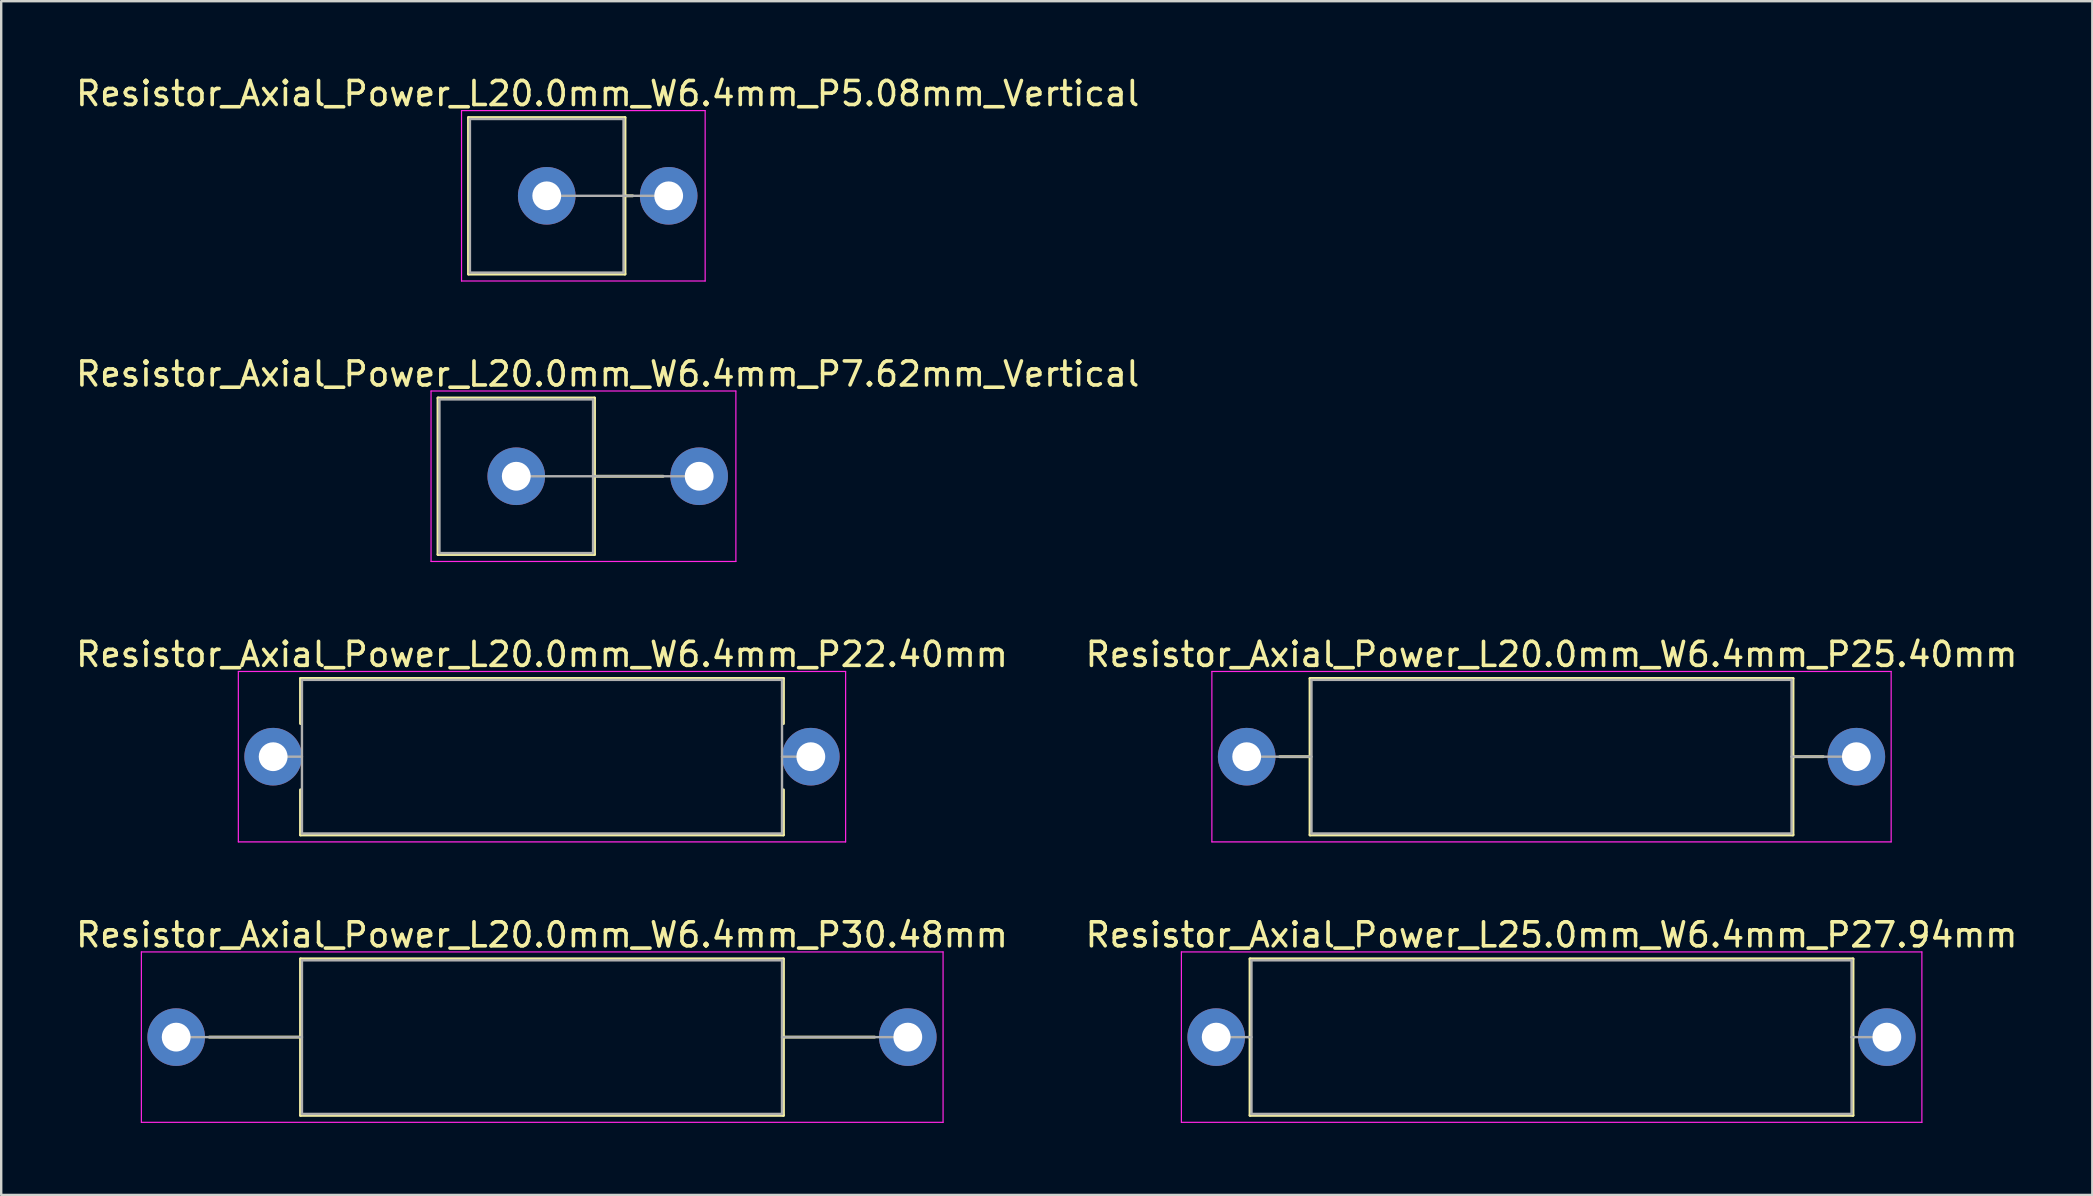
<source format=kicad_pcb>
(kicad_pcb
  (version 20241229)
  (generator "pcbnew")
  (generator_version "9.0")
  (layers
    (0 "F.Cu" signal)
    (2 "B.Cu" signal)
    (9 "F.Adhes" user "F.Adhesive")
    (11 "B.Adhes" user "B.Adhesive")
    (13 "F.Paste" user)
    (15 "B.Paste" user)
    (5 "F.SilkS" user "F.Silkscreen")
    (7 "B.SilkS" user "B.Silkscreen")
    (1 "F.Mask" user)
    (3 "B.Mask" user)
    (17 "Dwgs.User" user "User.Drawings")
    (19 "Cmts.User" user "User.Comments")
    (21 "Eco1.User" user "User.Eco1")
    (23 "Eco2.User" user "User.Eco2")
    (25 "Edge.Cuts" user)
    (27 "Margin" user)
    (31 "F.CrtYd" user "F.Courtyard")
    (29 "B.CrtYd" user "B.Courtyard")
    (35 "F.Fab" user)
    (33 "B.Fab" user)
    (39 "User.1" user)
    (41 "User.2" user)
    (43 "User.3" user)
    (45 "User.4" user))
  (footprint "Resistor_Axial_Power_L20.0mm_W6.4mm_P7.62mm_Vertical"
    (layer "F.Cu")
    (at 18.458 16.791)
    (property "Reference" "Resistor_Axial_Power_L20.0mm_W6.4mm_P7.62mm_Vertical" (at 3.81 -4.26 0) (layer "F.SilkS") (effects (font (size 1 1) (thickness 0.15))))
    (attr through_hole)
    (fp_line (start -3.26 -3.26) (end -3.26 3.26) (stroke (width 0.12) (type solid)) (layer "F.SilkS"))
    (fp_line (start -3.26 3.26) (end 3.26 3.26) (stroke (width 0.12) (type solid)) (layer "F.SilkS"))
    (fp_line (start 3.26 -3.26) (end -3.26 -3.26) (stroke (width 0.12) (type solid)) (layer "F.SilkS"))
    (fp_line (start 3.26 0) (end 6.12 0) (stroke (width 0.12) (type solid)) (layer "F.SilkS"))
    (fp_line (start 3.26 3.26) (end 3.26 -3.26) (stroke (width 0.12) (type solid)) (layer "F.SilkS"))
    (fp_line (start -3.55 -3.55) (end -3.55 3.55) (stroke (width 0.05) (type solid)) (layer "F.CrtYd"))
    (fp_line (start -3.55 3.55) (end 9.15 3.55) (stroke (width 0.05) (type solid)) (layer "F.CrtYd"))
    (fp_line (start 9.15 -3.55) (end -3.55 -3.55) (stroke (width 0.05) (type solid)) (layer "F.CrtYd"))
    (fp_line (start 9.15 3.55) (end 9.15 -3.55) (stroke (width 0.05) (type solid)) (layer "F.CrtYd"))
    (fp_line (start -3.2 -3.2) (end -3.2 3.2) (stroke (width 0.1) (type solid)) (layer "F.Fab"))
    (fp_line (start -3.2 3.2) (end 3.2 3.2) (stroke (width 0.1) (type solid)) (layer "F.Fab"))
    (fp_line (start 0 0) (end 7.62 0) (stroke (width 0.1) (type solid)) (layer "F.Fab"))
    (fp_line (start 3.2 -3.2) (end -3.2 -3.2) (stroke (width 0.1) (type solid)) (layer "F.Fab"))
    (fp_line (start 3.2 3.2) (end 3.2 -3.2) (stroke (width 0.1) (type solid)) (layer "F.Fab"))
    (pad "1" thru_hole circle (at 0 0) (size 2.4 2.4) (drill 1.2) (layers "*.Cu" "*.Mask"))
    (pad "2" thru_hole oval (at 7.62 0) (size 2.4 2.4) (drill 1.2) (layers "*.Cu" "*.Mask")))
  (footprint "Resistor_Axial_Power_L20.0mm_W6.4mm_P30.48mm"
    (layer "F.Cu")
    (at 4.29 40.158)
    (property "Reference" "Resistor_Axial_Power_L20.0mm_W6.4mm_P30.48mm" (at 15.24 -4.26 0) (layer "F.SilkS") (effects (font (size 1 1) (thickness 0.15))))
    (attr through_hole)
    (fp_line (start 1.38 0) (end 5.18 0) (stroke (width 0.12) (type solid)) (layer "F.SilkS"))
    (fp_line (start 5.18 -3.26) (end 5.18 3.26) (stroke (width 0.12) (type solid)) (layer "F.SilkS"))
    (fp_line (start 5.18 3.26) (end 25.3 3.26) (stroke (width 0.12) (type solid)) (layer "F.SilkS"))
    (fp_line (start 25.3 -3.26) (end 5.18 -3.26) (stroke (width 0.12) (type solid)) (layer "F.SilkS"))
    (fp_line (start 25.3 3.26) (end 25.3 -3.26) (stroke (width 0.12) (type solid)) (layer "F.SilkS"))
    (fp_line (start 29.1 0) (end 25.3 0) (stroke (width 0.12) (type solid)) (layer "F.SilkS"))
    (fp_line (start -1.45 -3.55) (end -1.45 3.55) (stroke (width 0.05) (type solid)) (layer "F.CrtYd"))
    (fp_line (start -1.45 3.55) (end 31.95 3.55) (stroke (width 0.05) (type solid)) (layer "F.CrtYd"))
    (fp_line (start 31.95 -3.55) (end -1.45 -3.55) (stroke (width 0.05) (type solid)) (layer "F.CrtYd"))
    (fp_line (start 31.95 3.55) (end 31.95 -3.55) (stroke (width 0.05) (type solid)) (layer "F.CrtYd"))
    (fp_line (start 0 0) (end 5.24 0) (stroke (width 0.1) (type solid)) (layer "F.Fab"))
    (fp_line (start 5.24 -3.2) (end 5.24 3.2) (stroke (width 0.1) (type solid)) (layer "F.Fab"))
    (fp_line (start 5.24 3.2) (end 25.24 3.2) (stroke (width 0.1) (type solid)) (layer "F.Fab"))
    (fp_line (start 25.24 -3.2) (end 5.24 -3.2) (stroke (width 0.1) (type solid)) (layer "F.Fab"))
    (fp_line (start 25.24 3.2) (end 25.24 -3.2) (stroke (width 0.1) (type solid)) (layer "F.Fab"))
    (fp_line (start 30.48 0) (end 25.24 0) (stroke (width 0.1) (type solid)) (layer "F.Fab"))
    (pad "1" thru_hole circle (at 0 0) (size 2.4 2.4) (drill 1.2) (layers "*.Cu" "*.Mask"))
    (pad "2" thru_hole oval (at 30.48 0) (size 2.4 2.4) (drill 1.2) (layers "*.Cu" "*.Mask")))
  (footprint "Resistor_Axial_Power_L25.0mm_W6.4mm_P27.94mm"
    (layer "F.Cu")
    (at 47.619 40.158)
    (property "Reference" "Resistor_Axial_Power_L25.0mm_W6.4mm_P27.94mm" (at 13.97 -4.26 0) (layer "F.SilkS") (effects (font (size 1 1) (thickness 0.15))))
    (attr through_hole)
    (fp_line (start 1.38 0) (end 1.41 0) (stroke (width 0.12) (type solid)) (layer "F.SilkS"))
    (fp_line (start 1.41 -3.26) (end 1.41 3.26) (stroke (width 0.12) (type solid)) (layer "F.SilkS"))
    (fp_line (start 1.41 3.26) (end 26.53 3.26) (stroke (width 0.12) (type solid)) (layer "F.SilkS"))
    (fp_line (start 26.53 -3.26) (end 1.41 -3.26) (stroke (width 0.12) (type solid)) (layer "F.SilkS"))
    (fp_line (start 26.53 3.26) (end 26.53 -3.26) (stroke (width 0.12) (type solid)) (layer "F.SilkS"))
    (fp_line (start 26.56 0) (end 26.53 0) (stroke (width 0.12) (type solid)) (layer "F.SilkS"))
    (fp_line (start -1.45 -3.55) (end -1.45 3.55) (stroke (width 0.05) (type solid)) (layer "F.CrtYd"))
    (fp_line (start -1.45 3.55) (end 29.4 3.55) (stroke (width 0.05) (type solid)) (layer "F.CrtYd"))
    (fp_line (start 29.4 -3.55) (end -1.45 -3.55) (stroke (width 0.05) (type solid)) (layer "F.CrtYd"))
    (fp_line (start 29.4 3.55) (end 29.4 -3.55) (stroke (width 0.05) (type solid)) (layer "F.CrtYd"))
    (fp_line (start 0 0) (end 1.47 0) (stroke (width 0.1) (type solid)) (layer "F.Fab"))
    (fp_line (start 1.47 -3.2) (end 1.47 3.2) (stroke (width 0.1) (type solid)) (layer "F.Fab"))
    (fp_line (start 1.47 3.2) (end 26.47 3.2) (stroke (width 0.1) (type solid)) (layer "F.Fab"))
    (fp_line (start 26.47 -3.2) (end 1.47 -3.2) (stroke (width 0.1) (type solid)) (layer "F.Fab"))
    (fp_line (start 26.47 3.2) (end 26.47 -3.2) (stroke (width 0.1) (type solid)) (layer "F.Fab"))
    (fp_line (start 27.94 0) (end 26.47 0) (stroke (width 0.1) (type solid)) (layer "F.Fab"))
    (pad "1" thru_hole circle (at 0 0) (size 2.4 2.4) (drill 1.2) (layers "*.Cu" "*.Mask"))
    (pad "2" thru_hole oval (at 27.94 0) (size 2.4 2.4) (drill 1.2) (layers "*.Cu" "*.Mask")))
  (footprint "Resistor_Axial_Power_L20.0mm_W6.4mm_P22.40mm"
    (layer "F.Cu")
    (at 8.33 28.475)
    (property "Reference" "Resistor_Axial_Power_L20.0mm_W6.4mm_P22.40mm" (at 11.2 -4.26 0) (layer "F.SilkS") (effects (font (size 1 1) (thickness 0.15))))
    (attr through_hole)
    (fp_line (start 1.14 -3.26) (end 21.26 -3.26) (stroke (width 0.12) (type solid)) (layer "F.SilkS"))
    (fp_line (start 1.14 -1.38) (end 1.14 -3.26) (stroke (width 0.12) (type solid)) (layer "F.SilkS"))
    (fp_line (start 1.14 1.38) (end 1.14 3.26) (stroke (width 0.12) (type solid)) (layer "F.SilkS"))
    (fp_line (start 1.14 3.26) (end 21.26 3.26) (stroke (width 0.12) (type solid)) (layer "F.SilkS"))
    (fp_line (start 21.26 -3.26) (end 21.26 -1.38) (stroke (width 0.12) (type solid)) (layer "F.SilkS"))
    (fp_line (start 21.26 3.26) (end 21.26 1.38) (stroke (width 0.12) (type solid)) (layer "F.SilkS"))
    (fp_line (start -1.45 -3.55) (end -1.45 3.55) (stroke (width 0.05) (type solid)) (layer "F.CrtYd"))
    (fp_line (start -1.45 3.55) (end 23.85 3.55) (stroke (width 0.05) (type solid)) (layer "F.CrtYd"))
    (fp_line (start 23.85 -3.55) (end -1.45 -3.55) (stroke (width 0.05) (type solid)) (layer "F.CrtYd"))
    (fp_line (start 23.85 3.55) (end 23.85 -3.55) (stroke (width 0.05) (type solid)) (layer "F.CrtYd"))
    (fp_line (start 0 0) (end 1.2 0) (stroke (width 0.1) (type solid)) (layer "F.Fab"))
    (fp_line (start 1.2 -3.2) (end 1.2 3.2) (stroke (width 0.1) (type solid)) (layer "F.Fab"))
    (fp_line (start 1.2 3.2) (end 21.2 3.2) (stroke (width 0.1) (type solid)) (layer "F.Fab"))
    (fp_line (start 21.2 -3.2) (end 1.2 -3.2) (stroke (width 0.1) (type solid)) (layer "F.Fab"))
    (fp_line (start 21.2 3.2) (end 21.2 -3.2) (stroke (width 0.1) (type solid)) (layer "F.Fab"))
    (fp_line (start 22.4 0) (end 21.2 0) (stroke (width 0.1) (type solid)) (layer "F.Fab"))
    (pad "1" thru_hole circle (at 0 0) (size 2.4 2.4) (drill 1.2) (layers "*.Cu" "*.Mask"))
    (pad "2" thru_hole oval (at 22.4 0) (size 2.4 2.4) (drill 1.2) (layers "*.Cu" "*.Mask")))
  (footprint "Resistor_Axial_Power_L20.0mm_W6.4mm_P25.40mm"
    (layer "F.Cu")
    (at 48.889 28.475)
    (property "Reference" "Resistor_Axial_Power_L20.0mm_W6.4mm_P25.40mm" (at 12.7 -4.26 0) (layer "F.SilkS") (effects (font (size 1 1) (thickness 0.15))))
    (attr through_hole)
    (fp_line (start 1.38 0) (end 2.64 0) (stroke (width 0.12) (type solid)) (layer "F.SilkS"))
    (fp_line (start 2.64 -3.26) (end 2.64 3.26) (stroke (width 0.12) (type solid)) (layer "F.SilkS"))
    (fp_line (start 2.64 3.26) (end 22.76 3.26) (stroke (width 0.12) (type solid)) (layer "F.SilkS"))
    (fp_line (start 22.76 -3.26) (end 2.64 -3.26) (stroke (width 0.12) (type solid)) (layer "F.SilkS"))
    (fp_line (start 22.76 3.26) (end 22.76 -3.26) (stroke (width 0.12) (type solid)) (layer "F.SilkS"))
    (fp_line (start 24.02 0) (end 22.76 0) (stroke (width 0.12) (type solid)) (layer "F.SilkS"))
    (fp_line (start -1.45 -3.55) (end -1.45 3.55) (stroke (width 0.05) (type solid)) (layer "F.CrtYd"))
    (fp_line (start -1.45 3.55) (end 26.85 3.55) (stroke (width 0.05) (type solid)) (layer "F.CrtYd"))
    (fp_line (start 26.85 -3.55) (end -1.45 -3.55) (stroke (width 0.05) (type solid)) (layer "F.CrtYd"))
    (fp_line (start 26.85 3.55) (end 26.85 -3.55) (stroke (width 0.05) (type solid)) (layer "F.CrtYd"))
    (fp_line (start 0 0) (end 2.7 0) (stroke (width 0.1) (type solid)) (layer "F.Fab"))
    (fp_line (start 2.7 -3.2) (end 2.7 3.2) (stroke (width 0.1) (type solid)) (layer "F.Fab"))
    (fp_line (start 2.7 3.2) (end 22.7 3.2) (stroke (width 0.1) (type solid)) (layer "F.Fab"))
    (fp_line (start 22.7 -3.2) (end 2.7 -3.2) (stroke (width 0.1) (type solid)) (layer "F.Fab"))
    (fp_line (start 22.7 3.2) (end 22.7 -3.2) (stroke (width 0.1) (type solid)) (layer "F.Fab"))
    (fp_line (start 25.4 0) (end 22.7 0) (stroke (width 0.1) (type solid)) (layer "F.Fab"))
    (pad "1" thru_hole circle (at 0 0) (size 2.4 2.4) (drill 1.2) (layers "*.Cu" "*.Mask"))
    (pad "2" thru_hole oval (at 25.4 0) (size 2.4 2.4) (drill 1.2) (layers "*.Cu" "*.Mask")))
  (footprint "Resistor_Axial_Power_L20.0mm_W6.4mm_P5.08mm_Vertical"
    (layer "F.Cu")
    (at 19.728 5.108)
    (property "Reference" "Resistor_Axial_Power_L20.0mm_W6.4mm_P5.08mm_Vertical" (at 2.54 -4.26 0) (layer "F.SilkS") (effects (font (size 1 1) (thickness 0.15))))
    (attr through_hole)
    (fp_line (start -3.26 -3.26) (end -3.26 3.26) (stroke (width 0.12) (type solid)) (layer "F.SilkS"))
    (fp_line (start -3.26 3.26) (end 3.26 3.26) (stroke (width 0.12) (type solid)) (layer "F.SilkS"))
    (fp_line (start 3.26 -3.26) (end -3.26 -3.26) (stroke (width 0.12) (type solid)) (layer "F.SilkS"))
    (fp_line (start 3.26 0) (end 3.58 0) (stroke (width 0.12) (type solid)) (layer "F.SilkS"))
    (fp_line (start 3.26 3.26) (end 3.26 -3.26) (stroke (width 0.12) (type solid)) (layer "F.SilkS"))
    (fp_line (start -3.55 -3.55) (end -3.55 3.55) (stroke (width 0.05) (type solid)) (layer "F.CrtYd"))
    (fp_line (start -3.55 3.55) (end 6.6 3.55) (stroke (width 0.05) (type solid)) (layer "F.CrtYd"))
    (fp_line (start 6.6 -3.55) (end -3.55 -3.55) (stroke (width 0.05) (type solid)) (layer "F.CrtYd"))
    (fp_line (start 6.6 3.55) (end 6.6 -3.55) (stroke (width 0.05) (type solid)) (layer "F.CrtYd"))
    (fp_line (start -3.2 -3.2) (end -3.2 3.2) (stroke (width 0.1) (type solid)) (layer "F.Fab"))
    (fp_line (start -3.2 3.2) (end 3.2 3.2) (stroke (width 0.1) (type solid)) (layer "F.Fab"))
    (fp_line (start 0 0) (end 5.08 0) (stroke (width 0.1) (type solid)) (layer "F.Fab"))
    (fp_line (start 3.2 -3.2) (end -3.2 -3.2) (stroke (width 0.1) (type solid)) (layer "F.Fab"))
    (fp_line (start 3.2 3.2) (end 3.2 -3.2) (stroke (width 0.1) (type solid)) (layer "F.Fab"))
    (pad "1" thru_hole circle (at 0 0) (size 2.4 2.4) (drill 1.2) (layers "*.Cu" "*.Mask"))
    (pad "2" thru_hole oval (at 5.08 0) (size 2.4 2.4) (drill 1.2) (layers "*.Cu" "*.Mask")))
  (gr_rect
    (start -3 -3)
    (end 84.119 46.733)
    (stroke (width 0.1) (type default))
    (fill no)
    (layer "Edge.Cuts")))
</source>
